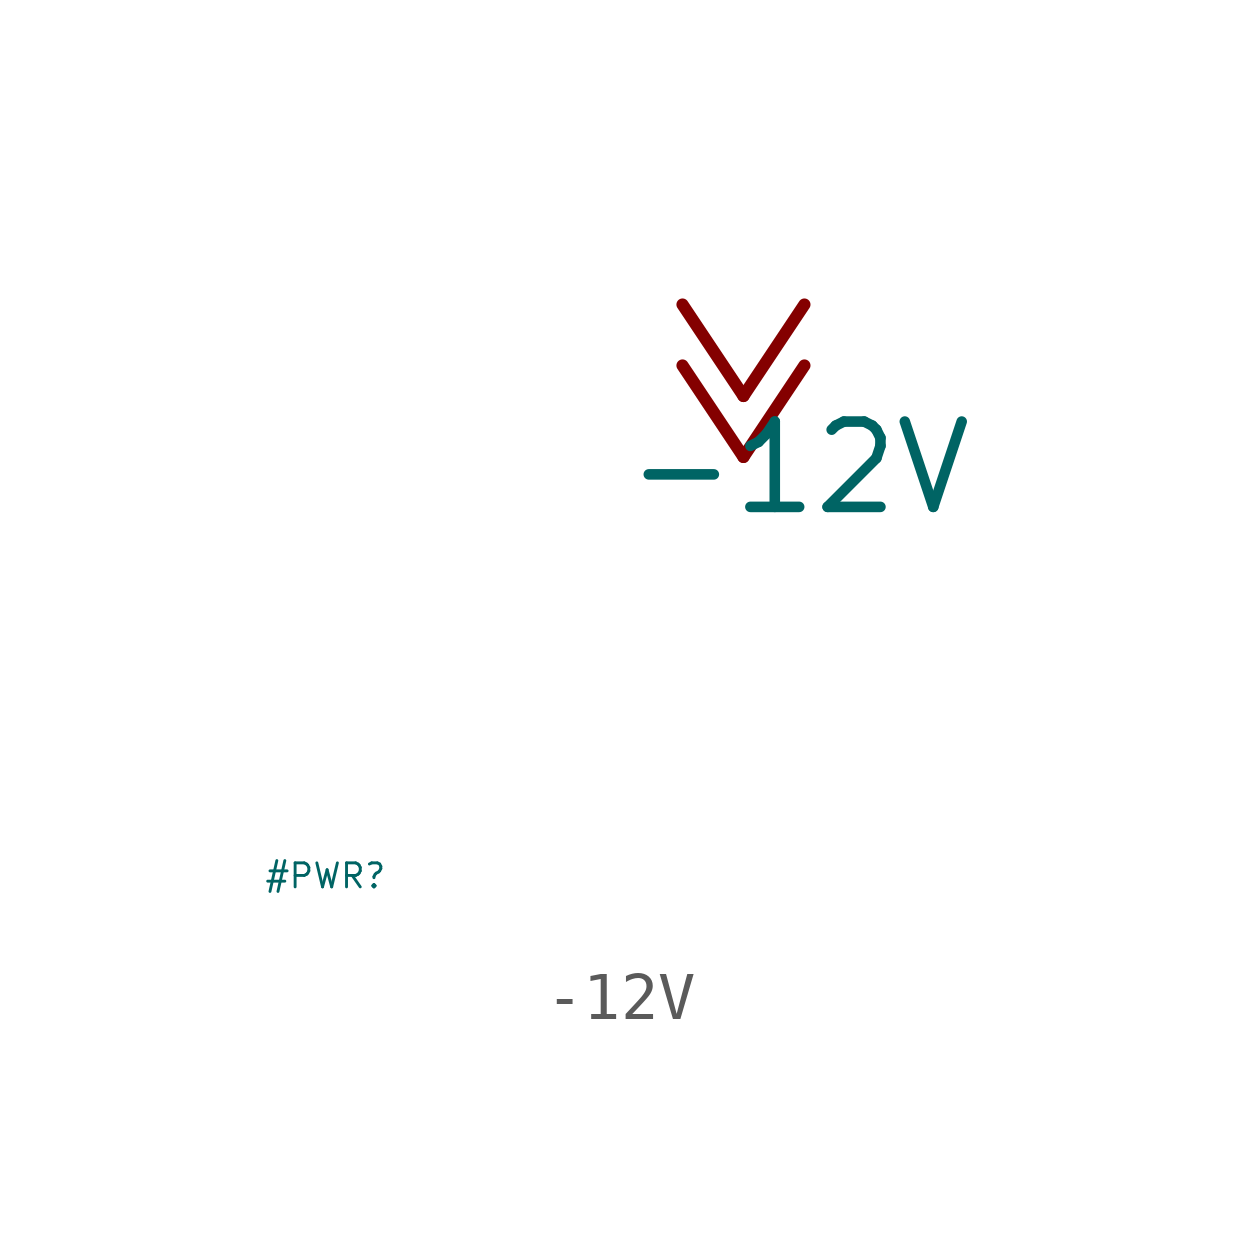
<source format=kicad_sym>
(kicad_symbol_lib
  (version 20220914)
  (generator Eagle2Kicad)
  (symbol "-12V"
    (power)
    (pin_names
      (offset 0))
    (property "Reference" "#PWR"
      (at -10 -10 0)
      (effects (font (size 0.5 0.5) (thickness 0.06)) (justify left)))
    (property "Value" "-12V"
      (at -2.54 -2.54 0)
      (effects (font (size 1.778 1.778) (thickness 0.22)) (justify left bottom)))
    (polyline
      (pts (xy -1.27 1.905) (xy 0 0))
      (stroke (width 0.254) (type default))
      (fill (type none)))
    (polyline
      (pts (xy 0 0) (xy 1.27 1.905))
      (stroke (width 0.254) (type default))
      (fill (type none)))
    (polyline
      (pts (xy -1.27 0.635) (xy 0 -1.27))
      (stroke (width 0.254) (type default))
      (fill (type none)))
    (polyline
      (pts (xy 0 -1.27) (xy 1.27 0.635))
      (stroke (width 0.254) (type default))
      (fill (type none)))
    (pin power_in line
      (at 0 2.54 270)
      (length 2.54) hide
      (name "-12V" (effects (font (size 0.635 0.635) (thickness 0.08)) (justify left bottom)))
      (number "1" (effects (font (size 0.635 0.635) (thickness 0.08)) (justify left bottom))))))
</source>
